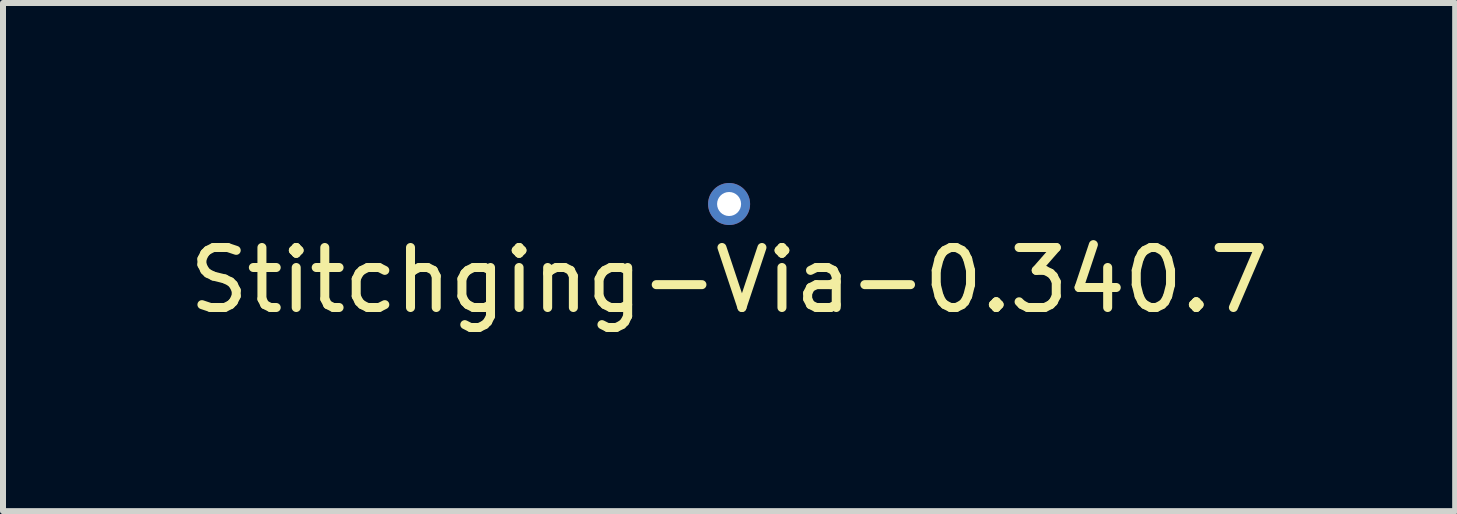
<source format=kicad_pcb>
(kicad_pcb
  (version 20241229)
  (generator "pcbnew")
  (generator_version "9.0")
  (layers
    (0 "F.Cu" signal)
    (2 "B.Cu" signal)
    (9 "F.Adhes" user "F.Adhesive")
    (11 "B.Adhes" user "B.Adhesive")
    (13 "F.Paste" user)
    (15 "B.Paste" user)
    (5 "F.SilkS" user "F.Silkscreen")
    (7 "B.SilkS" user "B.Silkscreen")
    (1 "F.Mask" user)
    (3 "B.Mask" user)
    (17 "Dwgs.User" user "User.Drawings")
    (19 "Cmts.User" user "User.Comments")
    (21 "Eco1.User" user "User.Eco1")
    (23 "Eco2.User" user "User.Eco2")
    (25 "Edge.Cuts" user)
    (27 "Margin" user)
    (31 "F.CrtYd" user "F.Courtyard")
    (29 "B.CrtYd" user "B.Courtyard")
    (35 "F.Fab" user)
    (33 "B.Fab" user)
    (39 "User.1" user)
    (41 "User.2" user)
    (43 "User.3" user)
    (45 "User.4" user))
  (footprint "Stitchging-Via-0.340.7"
    (layer "F.Cu")
    (at 9.101 0.35)
    (property "Reference" "Stitchging-Via-0.340.7" (at 0 1.27 0) (layer "F.SilkS") (effects (font (size 1 1) (thickness 0.15))))
    (attr through_hole)
    (pad "1" thru_hole circle (at 0 0) (size 0.7 0.7) (drill 0.4) (layers "*.Cu")))
  (gr_rect
    (start -3 -3)
    (end 21.202 5.468)
    (stroke (width 0.1) (type default))
    (fill no)
    (layer "Edge.Cuts")))
</source>
